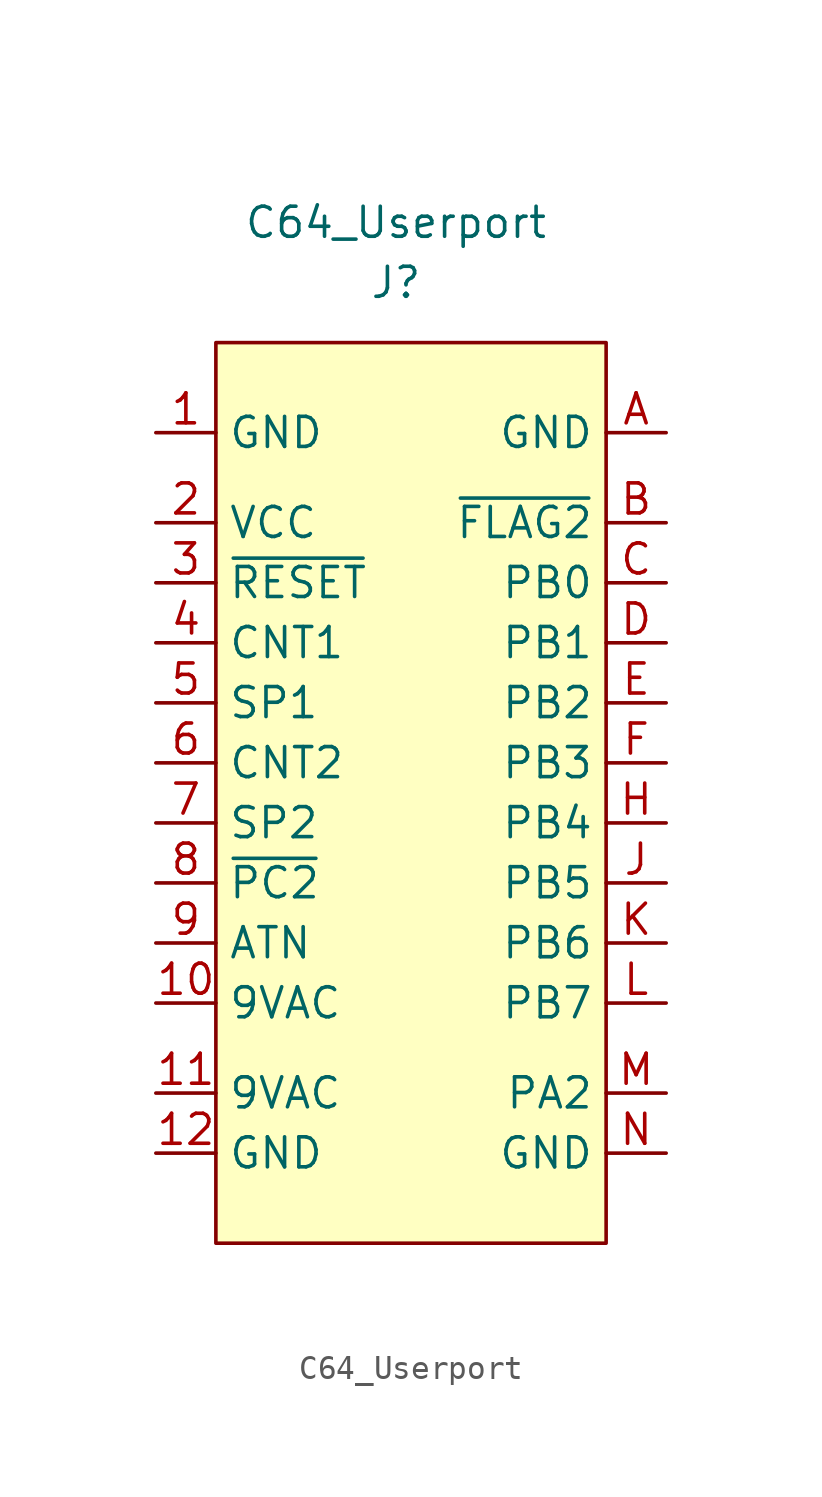
<source format=kicad_sym>
(kicad_symbol_lib
  (version 20220914)
  (generator kicad_symbol_editor)
  (symbol "C64_Userport"
    (property "Reference" "J"
      (at 0 21.59 0)
      (effects (font (size 1.27 1.27))))
    (property "Value" "C64_Userport"
      (at 0 24.13 0)
      (effects (font (size 1.27 1.27))))
    (symbol "C64_Userport_0_1"
      (rectangle (start -7.62 19.05) (end 8.89 -19.05) (stroke (width 0) (type default)) (fill (type background))))
    (symbol "C64_Userport_1_1"
      (pin passive line (at -10.16 15.24 0) (length 2.54) (name "GND" (effects (font (size 1.27 1.27)))) (number "1" (effects (font (size 1.27 1.27)))))
      (pin passive line (at -10.16 -8.89 0) (length 2.54) (name "9VAC" (effects (font (size 1.27 1.27)))) (number "10" (effects (font (size 1.27 1.27)))))
      (pin passive line (at -10.16 -12.7 0) (length 2.54) (name "9VAC" (effects (font (size 1.27 1.27)))) (number "11" (effects (font (size 1.27 1.27)))))
      (pin passive line (at -10.16 -15.24 0) (length 2.54) (name "GND" (effects (font (size 1.27 1.27)))) (number "12" (effects (font (size 1.27 1.27)))))
      (pin passive line (at -10.16 11.43 0) (length 2.54) (name "VCC" (effects (font (size 1.27 1.27)))) (number "2" (effects (font (size 1.27 1.27)))))
      (pin bidirectional line (at -10.16 8.89 0) (length 2.54) (name "~{RESET}" (effects (font (size 1.27 1.27)))) (number "3" (effects (font (size 1.27 1.27)))))
      (pin bidirectional line (at -10.16 6.35 0) (length 2.54) (name "CNT1" (effects (font (size 1.27 1.27)))) (number "4" (effects (font (size 1.27 1.27)))))
      (pin bidirectional line (at -10.16 3.81 0) (length 2.54) (name "SP1" (effects (font (size 1.27 1.27)))) (number "5" (effects (font (size 1.27 1.27)))))
      (pin bidirectional line (at -10.16 1.27 0) (length 2.54) (name "CNT2" (effects (font (size 1.27 1.27)))) (number "6" (effects (font (size 1.27 1.27)))))
      (pin bidirectional line (at -10.16 -1.27 0) (length 2.54) (name "SP2" (effects (font (size 1.27 1.27)))) (number "7" (effects (font (size 1.27 1.27)))))
      (pin bidirectional line (at -10.16 -3.81 0) (length 2.54) (name "~{PC2}" (effects (font (size 1.27 1.27)))) (number "8" (effects (font (size 1.27 1.27)))))
      (pin bidirectional line (at -10.16 -6.35 0) (length 2.54) (name "ATN" (effects (font (size 1.27 1.27)))) (number "9" (effects (font (size 1.27 1.27)))))
      (pin passive line (at 11.43 15.24 180) (length 2.54) (name "GND" (effects (font (size 1.27 1.27)))) (number "A" (effects (font (size 1.27 1.27)))))
      (pin bidirectional line (at 11.43 11.43 180) (length 2.54) (name "~{FLAG2}" (effects (font (size 1.27 1.27)))) (number "B" (effects (font (size 1.27 1.27)))))
      (pin bidirectional line (at 11.43 8.89 180) (length 2.54) (name "PB0" (effects (font (size 1.27 1.27)))) (number "C" (effects (font (size 1.27 1.27)))))
      (pin bidirectional line (at 11.43 6.35 180) (length 2.54) (name "PB1" (effects (font (size 1.27 1.27)))) (number "D" (effects (font (size 1.27 1.27)))))
      (pin bidirectional line (at 11.43 3.81 180) (length 2.54) (name "PB2" (effects (font (size 1.27 1.27)))) (number "E" (effects (font (size 1.27 1.27)))))
      (pin bidirectional line (at 11.43 1.27 180) (length 2.54) (name "PB3" (effects (font (size 1.27 1.27)))) (number "F" (effects (font (size 1.27 1.27)))))
      (pin bidirectional line (at 11.43 -1.27 180) (length 2.54) (name "PB4" (effects (font (size 1.27 1.27)))) (number "H" (effects (font (size 1.27 1.27)))))
      (pin bidirectional line (at 11.43 -3.81 180) (length 2.54) (name "PB5" (effects (font (size 1.27 1.27)))) (number "J" (effects (font (size 1.27 1.27)))))
      (pin bidirectional line (at 11.43 -6.35 180) (length 2.54) (name "PB6" (effects (font (size 1.27 1.27)))) (number "K" (effects (font (size 1.27 1.27)))))
      (pin bidirectional line (at 11.43 -8.89 180) (length 2.54) (name "PB7" (effects (font (size 1.27 1.27)))) (number "L" (effects (font (size 1.27 1.27)))))
      (pin bidirectional line (at 11.43 -12.7 180) (length 2.54) (name "PA2" (effects (font (size 1.27 1.27)))) (number "M" (effects (font (size 1.27 1.27)))))
      (pin passive line (at 11.43 -15.24 180) (length 2.54) (name "GND" (effects (font (size 1.27 1.27)))) (number "N" (effects (font (size 1.27 1.27))))))))
</source>
